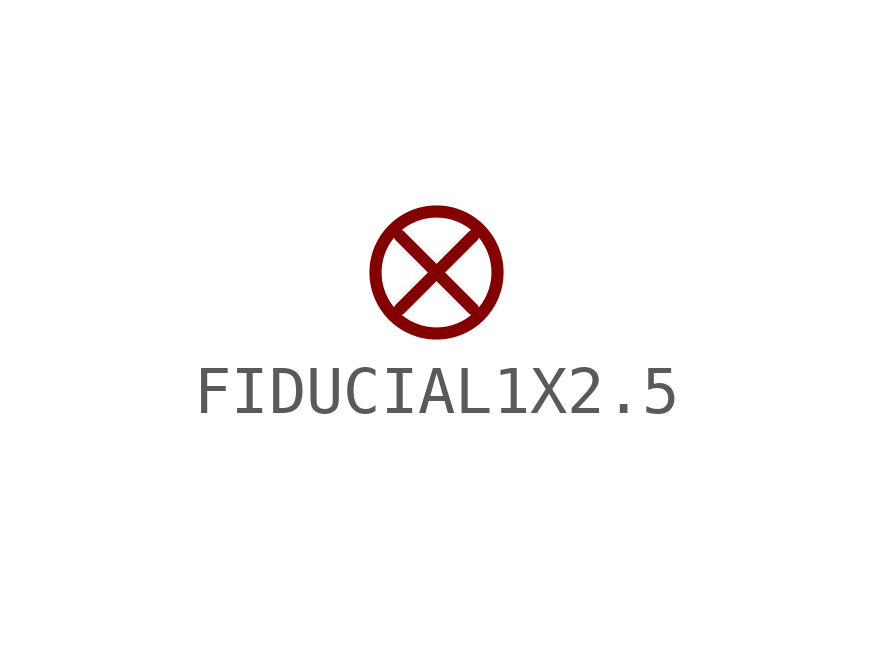
<source format=kicad_sym>
(kicad_symbol_lib
  (version 20211014)
  (generator kicad_symbol_editor)
  (symbol "FIDUCIAL1X2.5"
    (property "Reference" "JP"
      (at 0 0 0)
      (effects (font (size 1.27 1.27)) hide))
    (property "ki_locked" ""
      (at 0 0 0)
      (effects (font (size 1.27 1.27))))
    (symbol "FIDUCIAL1X2.5_1_0"
      (polyline (pts (xy -0.762 0.762) (xy 0.762 -0.762)) (stroke (width 0.254) (type default) (color 0 0 0 0)) (fill (type none)))
      (polyline (pts (xy 0.762 0.762) (xy -0.762 -0.762)) (stroke (width 0.254) (type default) (color 0 0 0 0)) (fill (type none)))
      (circle (center 0 0) (radius 1.27) (stroke (width 0.254) (type default) (color 0 0 0 0)) (fill (type none))))))
</source>
